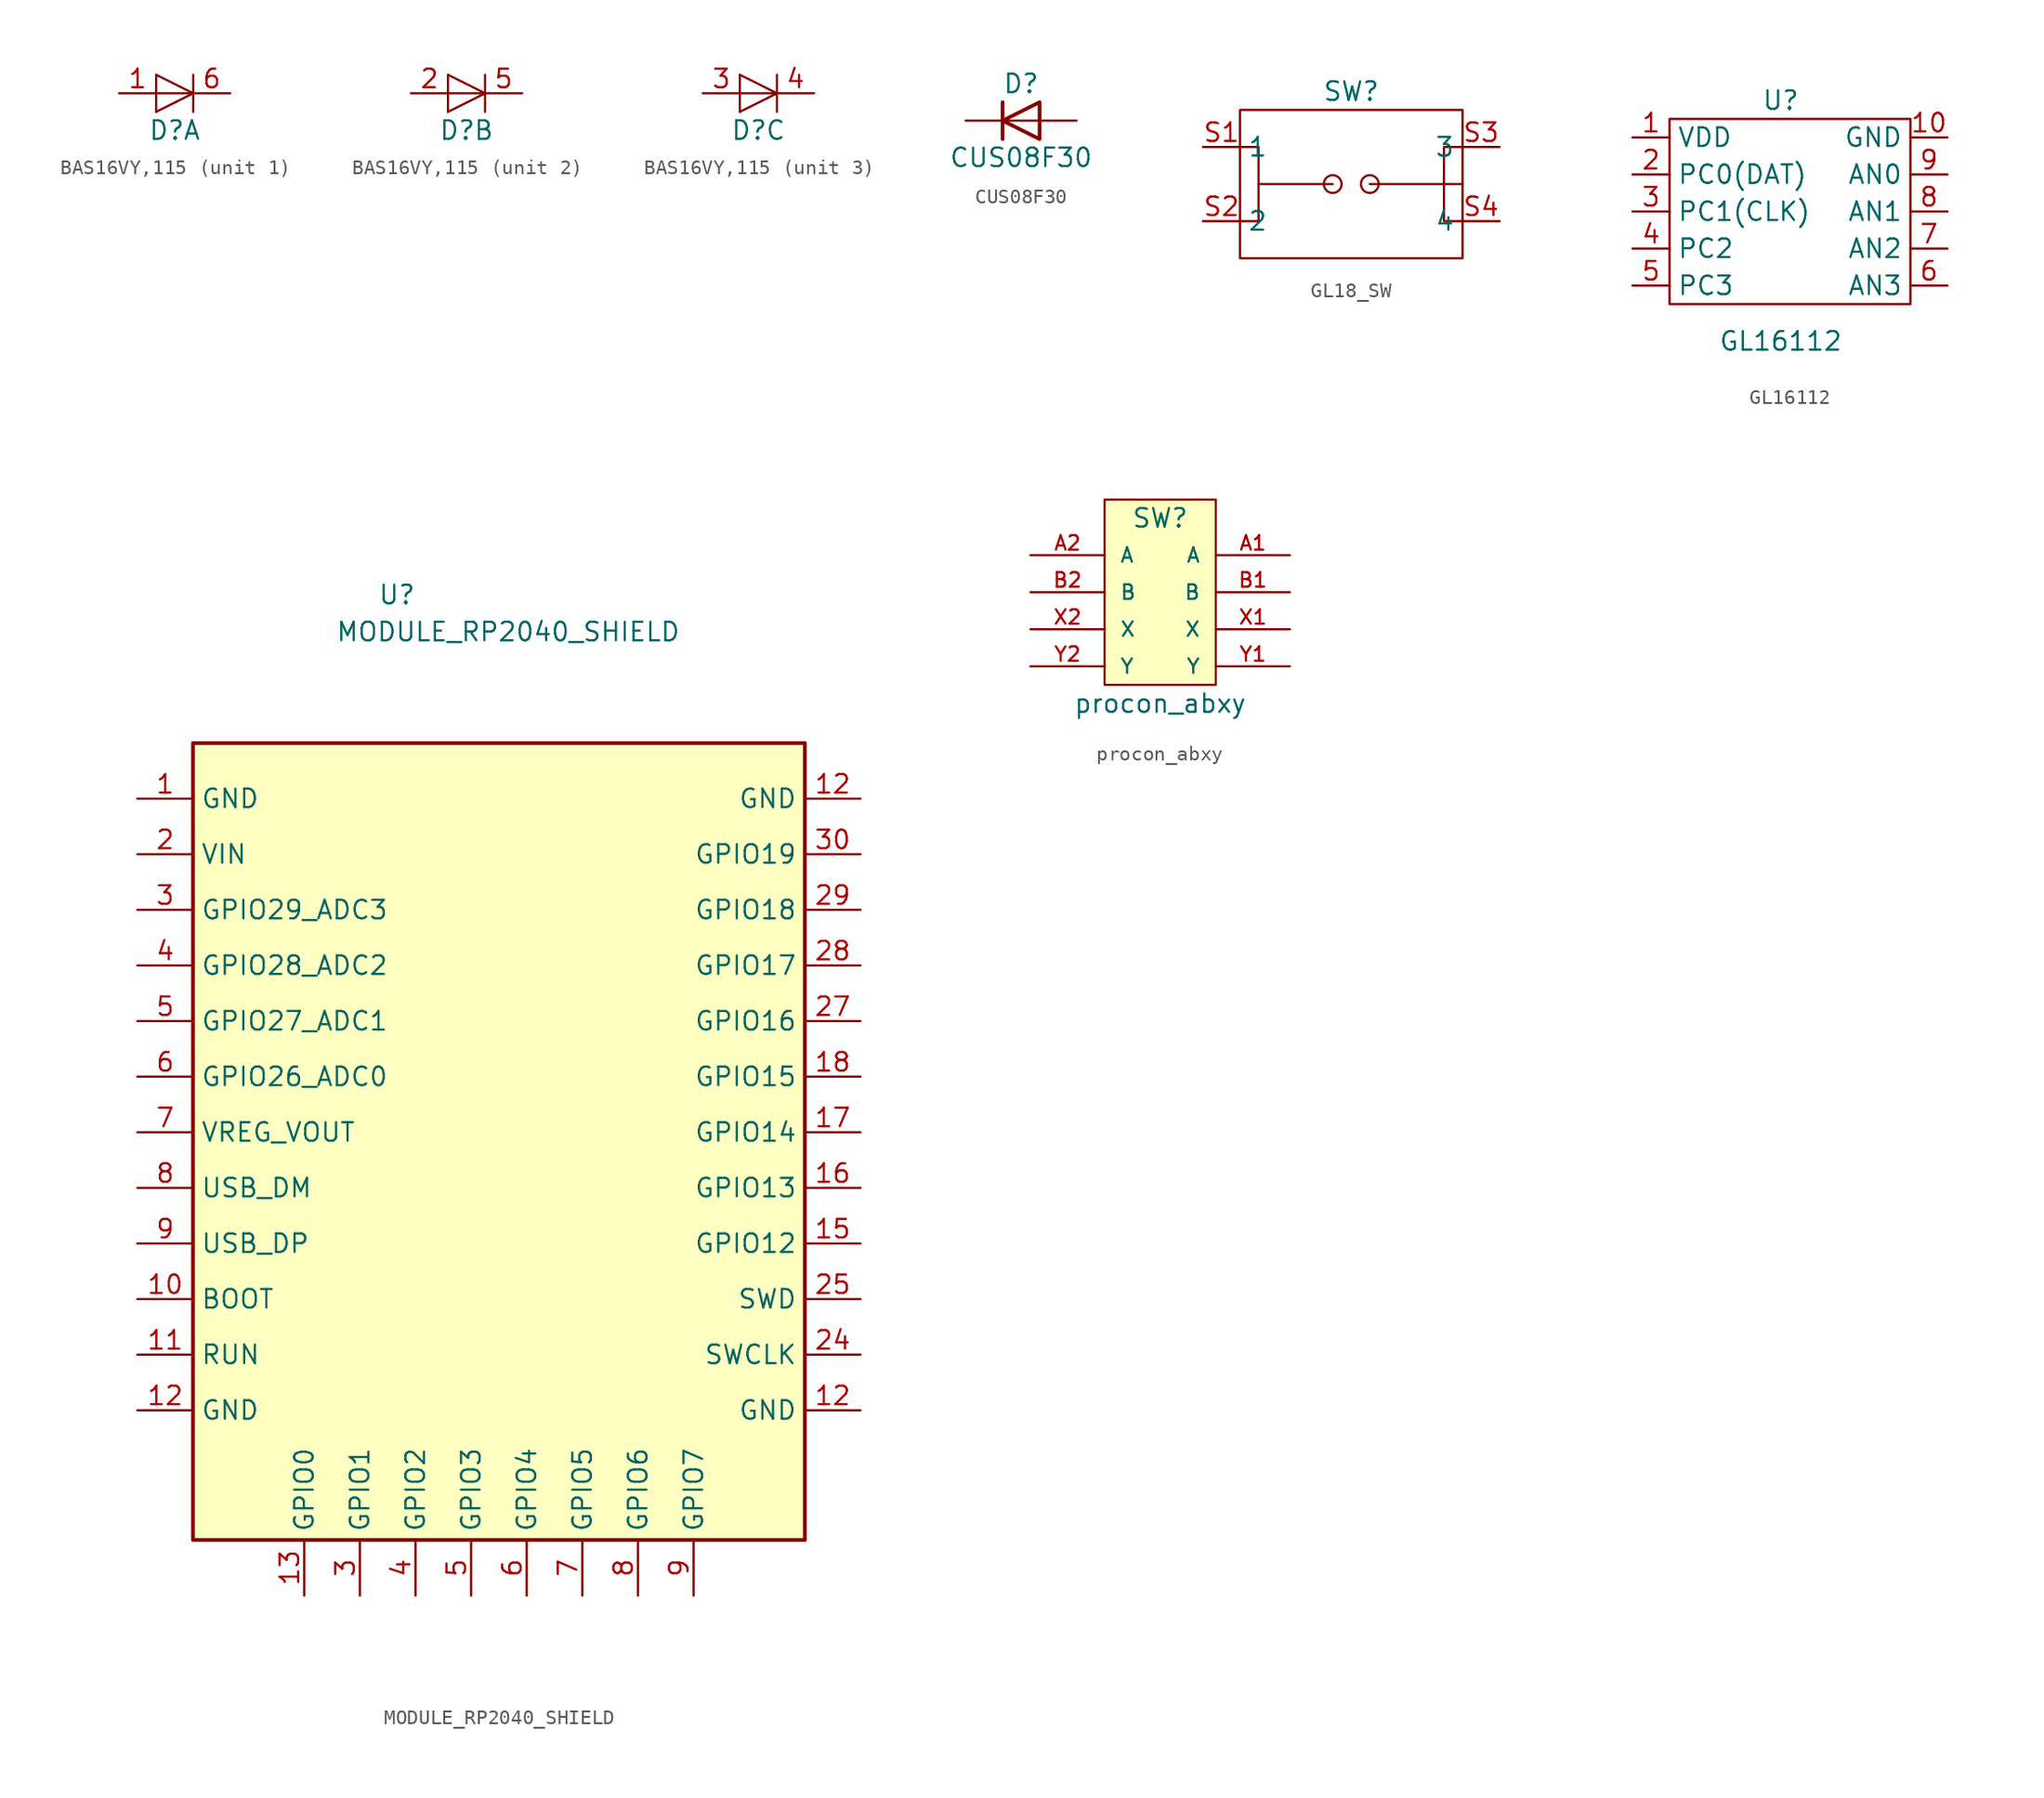
<source format=kicad_sym>
(kicad_symbol_lib
  (version 20220914)
  (generator kicad_symbol_editor)
  (symbol "BAS16VY,115"
    (pin_names
      (offset 1.016) hide)
    (property "Reference" "D"
      (at 0 -2.54 0)
      (effects (font (size 1.27 1.27))))
    (symbol "BAS16VY,115_0_1"
      (polyline (pts (xy -1.27 -1.27) (xy -1.27 1.27)) (stroke (width 0) (type default)) (fill (type none)))
      (polyline (pts (xy -1.27 0) (xy 1.27 0)) (stroke (width 0) (type default)) (fill (type none)))
      (polyline (pts (xy 1.27 -1.27) (xy 1.27 1.27)) (stroke (width 0.152) (type default)) (fill (type none)))
      (polyline (pts (xy -1.27 -1.27) (xy 1.27 0) (xy -1.27 1.27)) (stroke (width 0) (type default)) (fill (type none))))
    (symbol "BAS16VY,115_1_1"
      (pin passive line (at -3.81 0 0) (length 2.54) (name "A" (effects (font (size 1.27 1.27)))) (number "1" (effects (font (size 1.27 1.27)))))
      (pin passive line (at 3.81 0 180) (length 2.54) (name "K" (effects (font (size 1.27 1.27)))) (number "6" (effects (font (size 1.27 1.27))))))
    (symbol "BAS16VY,115_2_1"
      (pin passive line (at -3.81 0 0) (length 2.54) (name "A" (effects (font (size 1.27 1.27)))) (number "2" (effects (font (size 1.27 1.27)))))
      (pin passive line (at 3.81 0 180) (length 2.54) (name "K" (effects (font (size 1.27 1.27)))) (number "5" (effects (font (size 1.27 1.27))))))
    (symbol "BAS16VY,115_3_1"
      (pin passive line (at -3.81 0 0) (length 2.54) (name "A" (effects (font (size 1.27 1.27)))) (number "3" (effects (font (size 1.27 1.27)))))
      (pin passive line (at 3.81 0 180) (length 2.54) (name "K" (effects (font (size 1.27 1.27)))) (number "4" (effects (font (size 1.27 1.27)))))))
  (symbol "CUS08F30"
    (pin_numbers hide)
    (pin_names
      (offset 1.016) hide)
    (property "Reference" "D"
      (at 0 2.54 0)
      (effects (font (size 1.27 1.27))))
    (property "Value" "CUS08F30"
      (at 0 -2.54 0)
      (effects (font (size 1.27 1.27))))
    (symbol "CUS08F30_0_1"
      (polyline (pts (xy -1.27 1.27) (xy -1.27 -1.27)) (stroke (width 0.254) (type default)) (fill (type none)))
      (polyline (pts (xy 1.27 0) (xy -1.27 0)) (stroke (width 0) (type default)) (fill (type none)))
      (polyline (pts (xy 1.27 1.27) (xy 1.27 -1.27) (xy -1.27 0) (xy 1.27 1.27)) (stroke (width 0.254) (type default)) (fill (type none))))
    (symbol "CUS08F30_1_1"
      (pin passive line (at -3.81 0 0) (length 2.54) (name "K" (effects (font (size 1.27 1.27)))) (number "1" (effects (font (size 1.27 1.27)))))
      (pin passive line (at 3.81 0 180) (length 2.54) (name "A" (effects (font (size 1.27 1.27)))) (number "2" (effects (font (size 1.27 1.27)))))))
  (symbol "GL18_SW"
    (property "Reference" "SW"
      (at 0 6.35 0)
      (effects (font (size 1.27 1.27))))
    (symbol "GL18_SW_0_1"
      (rectangle (start -7.62 5.08) (end 7.62 -5.08) (stroke (width 0) (type default)) (fill (type none)))
      (circle (center -1.27 0) (radius 0.609) (stroke (width 0) (type default)) (fill (type none)))
      (polyline (pts (xy -6.35 0) (xy -1.27 0)) (stroke (width 0) (type default)) (fill (type none)))
      (polyline (pts (xy 1.27 0) (xy 7.62 0)) (stroke (width 0) (type default)) (fill (type none)))
      (polyline (pts (xy -7.62 2.54) (xy -6.35 2.54) (xy -6.35 0) (xy -6.35 -2.54) (xy -7.62 -2.54)) (stroke (width 0) (type default)) (fill (type none)))
      (polyline (pts (xy 7.62 2.54) (xy 6.35 2.54) (xy 6.35 0) (xy 6.35 -2.54) (xy 7.62 -2.54)) (stroke (width 0) (type default)) (fill (type none)))
      (circle (center 1.27 0) (radius 0.609) (stroke (width 0) (type default)) (fill (type none))))
    (symbol "GL18_SW_1_1"
      (pin input line (at -10.16 2.54 0) (length 2.54) (name "1" (effects (font (size 1.27 1.27)))) (number "S1" (effects (font (size 1.27 1.27)))))
      (pin input line (at -10.16 -2.54 0) (length 2.54) (name "2" (effects (font (size 1.27 1.27)))) (number "S2" (effects (font (size 1.27 1.27)))))
      (pin input line (at 10.16 2.54 180) (length 2.54) (name "3" (effects (font (size 1.27 1.27)))) (number "S3" (effects (font (size 1.27 1.27)))))
      (pin input line (at 10.16 -2.54 180) (length 2.54) (name "4" (effects (font (size 1.27 1.27)))) (number "S4" (effects (font (size 1.27 1.27)))))))
  (symbol "GL16112"
    (property "Reference" "U"
      (at 0 7.62 0)
      (effects (font (size 1.27 1.27))))
    (property "Value" "GL16112"
      (at 0 -8.89 0)
      (effects (font (size 1.27 1.27))))
    (symbol "GL16112_0_1"
      (rectangle (start -7.62 6.35) (end 8.89 -6.35) (stroke (width 0) (type default)) (fill (type none))))
    (symbol "GL16112_1_1"
      (pin power_in line (at -10.16 5.08 0) (length 2.54) (name "VDD" (effects (font (size 1.27 1.27)))) (number "1" (effects (font (size 1.27 1.27)))))
      (pin power_in line (at 11.43 5.08 180) (length 2.54) (name "GND" (effects (font (size 1.27 1.27)))) (number "10" (effects (font (size 1.27 1.27)))))
      (pin input line (at -10.16 2.54 0) (length 2.54) (name "PC0(DAT)" (effects (font (size 1.27 1.27)))) (number "2" (effects (font (size 1.27 1.27)))))
      (pin input line (at -10.16 0 0) (length 2.54) (name "PC1(CLK)" (effects (font (size 1.27 1.27)))) (number "3" (effects (font (size 1.27 1.27)))))
      (pin input line (at -10.16 -2.54 0) (length 2.54) (name "PC2" (effects (font (size 1.27 1.27)))) (number "4" (effects (font (size 1.27 1.27)))))
      (pin input line (at -10.16 -5.08 0) (length 2.54) (name "PC3" (effects (font (size 1.27 1.27)))) (number "5" (effects (font (size 1.27 1.27)))))
      (pin input line (at 11.43 -5.08 180) (length 2.54) (name "AN3" (effects (font (size 1.27 1.27)))) (number "6" (effects (font (size 1.27 1.27)))))
      (pin input line (at 11.43 -2.54 180) (length 2.54) (name "AN2" (effects (font (size 1.27 1.27)))) (number "7" (effects (font (size 1.27 1.27)))))
      (pin input line (at 11.43 0 180) (length 2.54) (name "AN1" (effects (font (size 1.27 1.27)))) (number "8" (effects (font (size 1.27 1.27)))))
      (pin input line (at 11.43 2.54 180) (length 2.54) (name "AN0" (effects (font (size 1.27 1.27)))) (number "9" (effects (font (size 1.27 1.27)))))))
  (symbol "MODULE_RP2040_SHIELD"
    (property "Reference" "U"
      (at -11.43 36.83 0)
      (effects (font (size 1.27 1.27))))
    (property "Value" "MODULE_RP2040_SHIELD"
      (at -3.81 34.29 0)
      (effects (font (size 1.27 1.27))))
    (symbol "MODULE_RP2040_SHIELD_0_1"
      (rectangle (start -25.4 26.67) (end 16.51 -27.94) (stroke (width 0.254) (type default)) (fill (type background))))
    (symbol "MODULE_RP2040_SHIELD_1_1"
      (pin power_in line (at -29.21 22.86 0) (length 3.81) (name "GND" (effects (font (size 1.27 1.27)))) (number "1" (effects (font (size 1.27 1.27)))))
      (pin bidirectional line (at -29.21 -11.43 0) (length 3.81) (name "BOOT" (effects (font (size 1.27 1.27)))) (number "10" (effects (font (size 1.27 1.27)))))
      (pin input line (at -29.21 -15.24 0) (length 3.81) (name "RUN" (effects (font (size 1.27 1.27)))) (number "11" (effects (font (size 1.27 1.27)))))
      (pin power_in line (at -29.21 -19.05 0) (length 3.81) (name "GND" (effects (font (size 1.27 1.27)))) (number "12" (effects (font (size 1.27 1.27)))))
      (pin power_in line (at 20.32 -19.05 180) (length 3.81) (name "GND" (effects (font (size 1.27 1.27)))) (number "12" (effects (font (size 1.27 1.27)))))
      (pin power_in line (at 20.32 22.86 180) (length 3.81) (name "GND" (effects (font (size 1.27 1.27)))) (number "12" (effects (font (size 1.27 1.27)))))
      (pin bidirectional line (at -17.78 -31.75 90) (length 3.81) (name "GPIO0" (effects (font (size 1.27 1.27)))) (number "13" (effects (font (size 1.27 1.27)))))
      (pin bidirectional line (at 20.32 -7.62 180) (length 3.81) (name "GPIO12" (effects (font (size 1.27 1.27)))) (number "15" (effects (font (size 1.27 1.27)))))
      (pin bidirectional line (at 20.32 -3.81 180) (length 3.81) (name "GPIO13" (effects (font (size 1.27 1.27)))) (number "16" (effects (font (size 1.27 1.27)))))
      (pin bidirectional line (at 20.32 0 180) (length 3.81) (name "GPIO14" (effects (font (size 1.27 1.27)))) (number "17" (effects (font (size 1.27 1.27)))))
      (pin bidirectional line (at 20.32 3.81 180) (length 3.81) (name "GPIO15" (effects (font (size 1.27 1.27)))) (number "18" (effects (font (size 1.27 1.27)))))
      (pin power_in line (at -29.21 19.05 0) (length 3.81) (name "VIN" (effects (font (size 1.27 1.27)))) (number "2" (effects (font (size 1.27 1.27)))))
      (pin output line (at 20.32 -15.24 180) (length 3.81) (name "SWCLK" (effects (font (size 1.27 1.27)))) (number "24" (effects (font (size 1.27 1.27)))))
      (pin bidirectional line (at 20.32 -11.43 180) (length 3.81) (name "SWD" (effects (font (size 1.27 1.27)))) (number "25" (effects (font (size 1.27 1.27)))))
      (pin bidirectional line (at 20.32 7.62 180) (length 3.81) (name "GPIO16" (effects (font (size 1.27 1.27)))) (number "27" (effects (font (size 1.27 1.27)))))
      (pin bidirectional line (at 20.32 11.43 180) (length 3.81) (name "GPIO17" (effects (font (size 1.27 1.27)))) (number "28" (effects (font (size 1.27 1.27)))))
      (pin bidirectional line (at 20.32 15.24 180) (length 3.81) (name "GPIO18" (effects (font (size 1.27 1.27)))) (number "29" (effects (font (size 1.27 1.27)))))
      (pin bidirectional line (at -13.97 -31.75 90) (length 3.81) (name "GPIO1" (effects (font (size 1.27 1.27)))) (number "3" (effects (font (size 1.27 1.27)))))
      (pin bidirectional line (at -29.21 15.24 0) (length 3.81) (name "GPIO29_ADC3" (effects (font (size 1.27 1.27)))) (number "3" (effects (font (size 1.27 1.27)))))
      (pin bidirectional line (at 20.32 19.05 180) (length 3.81) (name "GPIO19" (effects (font (size 1.27 1.27)))) (number "30" (effects (font (size 1.27 1.27)))))
      (pin bidirectional line (at -10.16 -31.75 90) (length 3.81) (name "GPIO2" (effects (font (size 1.27 1.27)))) (number "4" (effects (font (size 1.27 1.27)))))
      (pin bidirectional line (at -29.21 11.43 0) (length 3.81) (name "GPIO28_ADC2" (effects (font (size 1.27 1.27)))) (number "4" (effects (font (size 1.27 1.27)))))
      (pin bidirectional line (at -29.21 7.62 0) (length 3.81) (name "GPIO27_ADC1" (effects (font (size 1.27 1.27)))) (number "5" (effects (font (size 1.27 1.27)))))
      (pin bidirectional line (at -6.35 -31.75 90) (length 3.81) (name "GPIO3" (effects (font (size 1.27 1.27)))) (number "5" (effects (font (size 1.27 1.27)))))
      (pin bidirectional line (at -29.21 3.81 0) (length 3.81) (name "GPIO26_ADC0" (effects (font (size 1.27 1.27)))) (number "6" (effects (font (size 1.27 1.27)))))
      (pin bidirectional line (at -2.54 -31.75 90) (length 3.81) (name "GPIO4" (effects (font (size 1.27 1.27)))) (number "6" (effects (font (size 1.27 1.27)))))
      (pin bidirectional line (at 1.27 -31.75 90) (length 3.81) (name "GPIO5" (effects (font (size 1.27 1.27)))) (number "7" (effects (font (size 1.27 1.27)))))
      (pin power_out line (at -29.21 0 0) (length 3.81) (name "VREG_VOUT" (effects (font (size 1.27 1.27)))) (number "7" (effects (font (size 1.27 1.27)))))
      (pin bidirectional line (at 5.08 -31.75 90) (length 3.81) (name "GPIO6" (effects (font (size 1.27 1.27)))) (number "8" (effects (font (size 1.27 1.27)))))
      (pin bidirectional line (at -29.21 -3.81 0) (length 3.81) (name "USB_DM" (effects (font (size 1.27 1.27)))) (number "8" (effects (font (size 1.27 1.27)))))
      (pin bidirectional line (at 8.89 -31.75 90) (length 3.81) (name "GPIO7" (effects (font (size 1.27 1.27)))) (number "9" (effects (font (size 1.27 1.27)))))
      (pin bidirectional line (at -29.21 -7.62 0) (length 3.81) (name "USB_DP" (effects (font (size 1.27 1.27)))) (number "9" (effects (font (size 1.27 1.27)))))))
  (symbol "procon_abxy"
    (pin_names
      (offset 1.016))
    (property "Reference" "SW"
      (at 0 16.51 0)
      (effects (font (size 1.27 1.27))))
    (property "Value" "procon_abxy"
      (at 0 3.81 0)
      (effects (font (size 1.27 1.27))))
    (symbol "procon_abxy_0_1"
      (rectangle (start -3.81 17.78) (end 3.81 5.08) (stroke (width 0) (type default)) (fill (type background))))
    (symbol "procon_abxy_1_1"
      (pin input line (at 8.89 13.97 180) (length 5.08) (name "A" (effects (font (size 0.991 0.991)))) (number "A1" (effects (font (size 0.991 0.991)))))
      (pin input line (at -8.89 13.97 0) (length 5.08) (name "A" (effects (font (size 0.991 0.991)))) (number "A2" (effects (font (size 0.991 0.991)))))
      (pin input line (at 8.89 11.43 180) (length 5.08) (name "B" (effects (font (size 0.991 0.991)))) (number "B1" (effects (font (size 0.991 0.991)))))
      (pin input line (at -8.89 11.43 0) (length 5.08) (name "B" (effects (font (size 0.991 0.991)))) (number "B2" (effects (font (size 0.991 0.991)))))
      (pin input line (at 8.89 8.89 180) (length 5.08) (name "X" (effects (font (size 0.991 0.991)))) (number "X1" (effects (font (size 0.991 0.991)))))
      (pin input line (at -8.89 8.89 0) (length 5.08) (name "X" (effects (font (size 0.991 0.991)))) (number "X2" (effects (font (size 0.991 0.991)))))
      (pin input line (at 8.89 6.35 180) (length 5.08) (name "Y" (effects (font (size 0.991 0.991)))) (number "Y1" (effects (font (size 0.991 0.991)))))
      (pin input line (at -8.89 6.35 0) (length 5.08) (name "Y" (effects (font (size 0.991 0.991)))) (number "Y2" (effects (font (size 0.991 0.991))))))))
</source>
